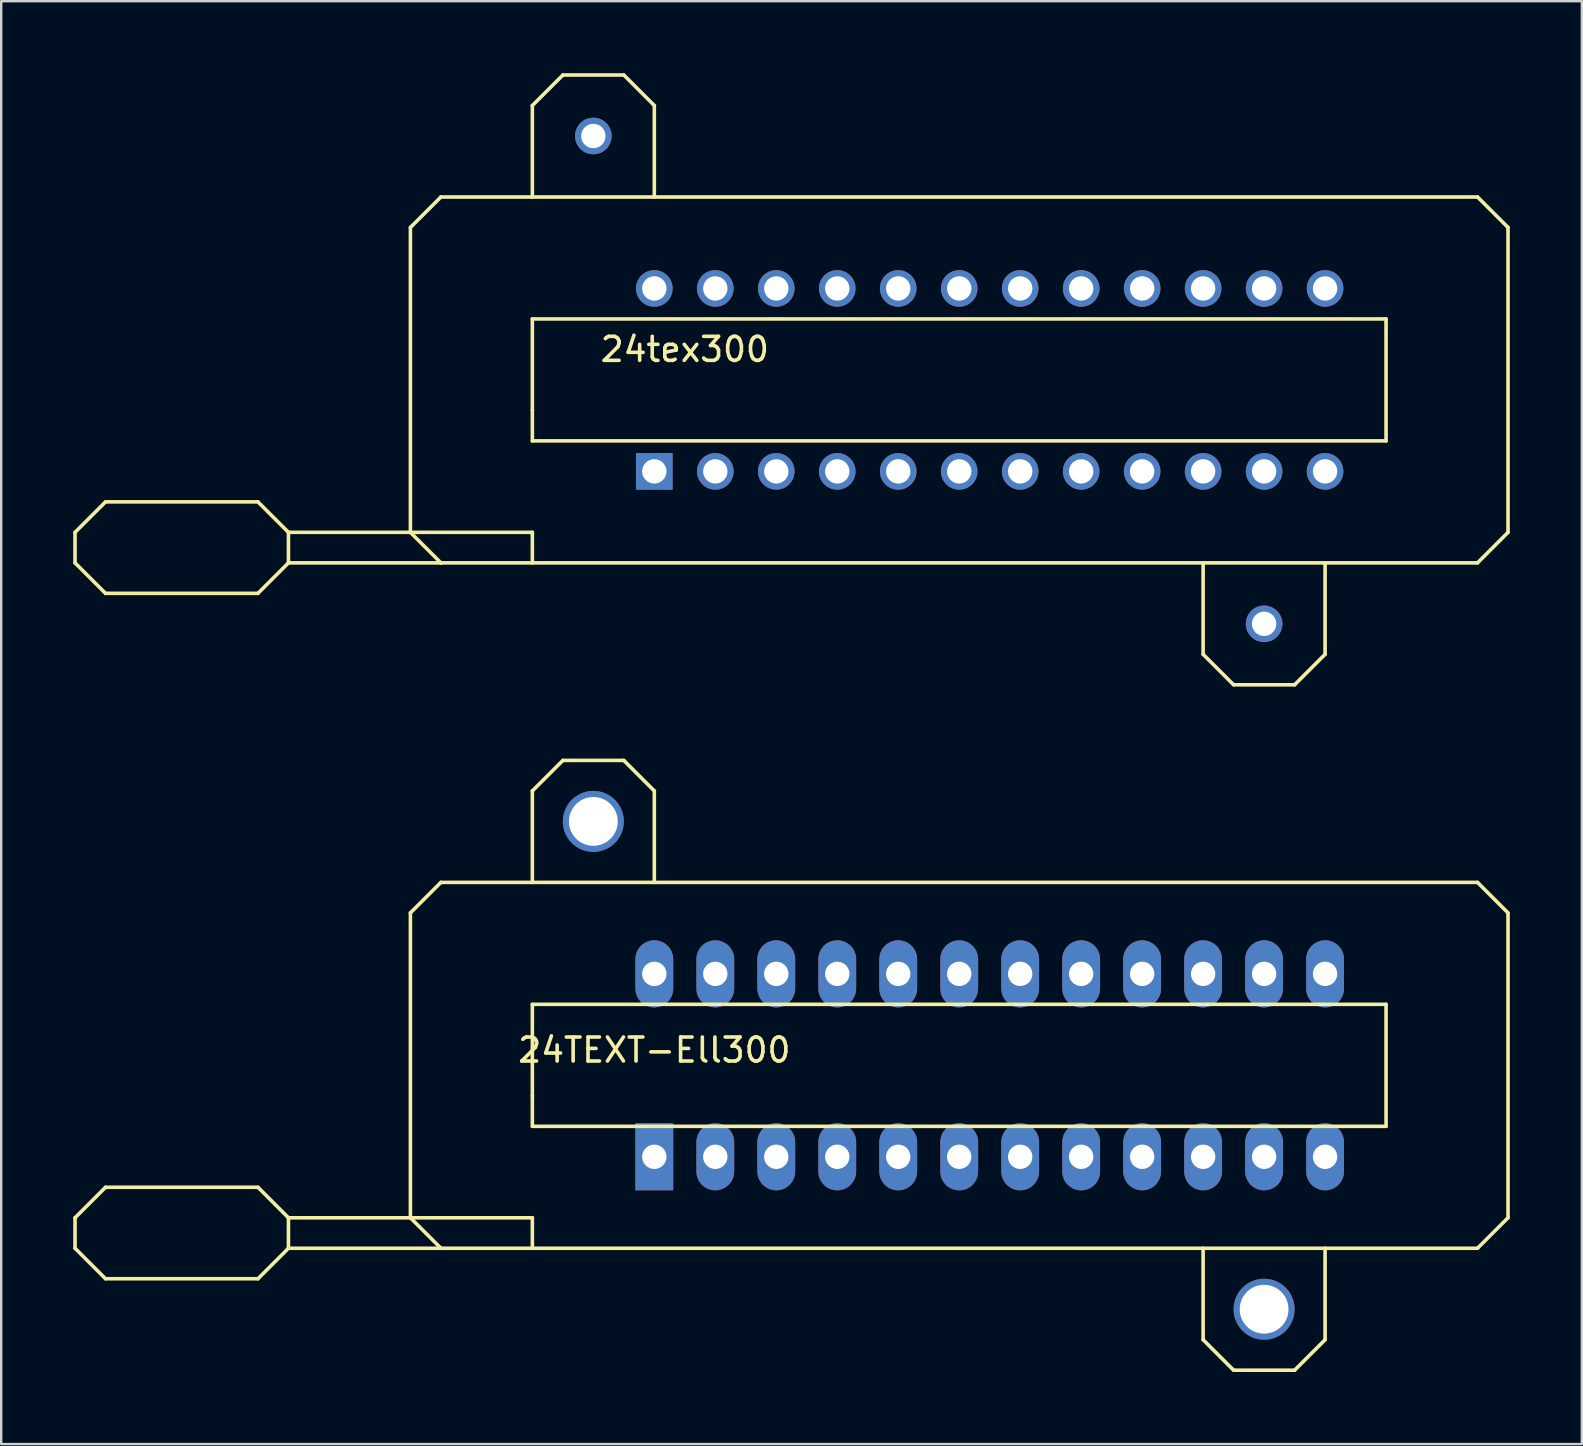
<source format=kicad_pcb>
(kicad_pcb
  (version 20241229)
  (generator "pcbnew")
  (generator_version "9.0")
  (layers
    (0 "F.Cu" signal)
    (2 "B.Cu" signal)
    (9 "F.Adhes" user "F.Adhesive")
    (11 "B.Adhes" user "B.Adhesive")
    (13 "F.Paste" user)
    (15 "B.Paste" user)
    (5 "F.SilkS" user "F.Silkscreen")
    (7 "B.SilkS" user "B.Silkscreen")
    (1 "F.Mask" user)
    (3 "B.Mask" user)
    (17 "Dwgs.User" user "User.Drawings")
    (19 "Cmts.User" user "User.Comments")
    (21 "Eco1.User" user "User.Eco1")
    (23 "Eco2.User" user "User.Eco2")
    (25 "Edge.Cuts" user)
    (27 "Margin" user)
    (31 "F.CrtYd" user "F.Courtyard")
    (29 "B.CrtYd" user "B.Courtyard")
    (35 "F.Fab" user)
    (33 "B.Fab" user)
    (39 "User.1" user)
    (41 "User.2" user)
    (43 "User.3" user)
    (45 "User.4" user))
  (footprint "24tex300"
    (layer "F.Cu")
    (at 38.175 12.775)
    (property "Reference" "24tex300" (at -12.7 -1.27 0) (layer "F.SilkS") (effects (font (size 1 1) (thickness 0.15))))
    (attr through_hole)
    (fp_line (start -38.1 6.35) (end -38.1 7.62) (stroke (width 0.15) (type solid)) (layer "F.SilkS"))
    (fp_line (start -38.1 7.62) (end -36.83 8.89) (stroke (width 0.15) (type solid)) (layer "F.SilkS"))
    (fp_line (start -36.83 5.08) (end -38.1 6.35) (stroke (width 0.15) (type solid)) (layer "F.SilkS"))
    (fp_line (start -36.83 8.89) (end -30.48 8.89) (stroke (width 0.15) (type solid)) (layer "F.SilkS"))
    (fp_line (start -30.48 5.08) (end -36.83 5.08) (stroke (width 0.15) (type solid)) (layer "F.SilkS"))
    (fp_line (start -30.48 5.08) (end -29.21 6.35) (stroke (width 0.15) (type solid)) (layer "F.SilkS"))
    (fp_line (start -30.48 8.89) (end -29.21 7.62) (stroke (width 0.15) (type solid)) (layer "F.SilkS"))
    (fp_line (start -29.21 6.35) (end -29.21 7.62) (stroke (width 0.15) (type solid)) (layer "F.SilkS"))
    (fp_line (start -29.21 6.35) (end -19.05 6.35) (stroke (width 0.15) (type solid)) (layer "F.SilkS"))
    (fp_line (start -29.21 7.62) (end -22.86 7.62) (stroke (width 0.15) (type solid)) (layer "F.SilkS"))
    (fp_line (start -24.13 -6.35) (end -24.13 6.35) (stroke (width 0.15) (type solid)) (layer "F.SilkS"))
    (fp_line (start -24.13 6.35) (end -22.86 7.62) (stroke (width 0.15) (type solid)) (layer "F.SilkS"))
    (fp_line (start -22.86 -7.62) (end -24.13 -6.35) (stroke (width 0.15) (type solid)) (layer "F.SilkS"))
    (fp_line (start -22.86 7.62) (end 20.32 7.62) (stroke (width 0.15) (type solid)) (layer "F.SilkS"))
    (fp_line (start -19.05 -11.43) (end -19.05 -7.62) (stroke (width 0.15) (type solid)) (layer "F.SilkS"))
    (fp_line (start -19.05 -2.54) (end 16.51 -2.54) (stroke (width 0.15) (type solid)) (layer "F.SilkS"))
    (fp_line (start -19.05 1.27) (end -19.05 -2.54) (stroke (width 0.15) (type solid)) (layer "F.SilkS"))
    (fp_line (start -19.05 2.54) (end -19.05 1.27) (stroke (width 0.15) (type solid)) (layer "F.SilkS"))
    (fp_line (start -19.05 6.35) (end -19.05 7.62) (stroke (width 0.15) (type solid)) (layer "F.SilkS"))
    (fp_line (start -17.78 -12.7) (end -19.05 -11.43) (stroke (width 0.15) (type solid)) (layer "F.SilkS"))
    (fp_line (start -15.24 -12.7) (end -17.78 -12.7) (stroke (width 0.15) (type solid)) (layer "F.SilkS"))
    (fp_line (start -13.97 -11.43) (end -15.24 -12.7) (stroke (width 0.15) (type solid)) (layer "F.SilkS"))
    (fp_line (start -13.97 -7.62) (end -13.97 -11.43) (stroke (width 0.15) (type solid)) (layer "F.SilkS"))
    (fp_line (start 8.89 11.43) (end 8.89 7.62) (stroke (width 0.15) (type solid)) (layer "F.SilkS"))
    (fp_line (start 10.16 12.7) (end 8.89 11.43) (stroke (width 0.15) (type solid)) (layer "F.SilkS"))
    (fp_line (start 12.7 12.7) (end 10.16 12.7) (stroke (width 0.15) (type solid)) (layer "F.SilkS"))
    (fp_line (start 13.97 7.62) (end 13.97 11.43) (stroke (width 0.15) (type solid)) (layer "F.SilkS"))
    (fp_line (start 13.97 11.43) (end 12.7 12.7) (stroke (width 0.15) (type solid)) (layer "F.SilkS"))
    (fp_line (start 16.51 -2.54) (end 16.51 2.54) (stroke (width 0.15) (type solid)) (layer "F.SilkS"))
    (fp_line (start 16.51 2.54) (end -19.05 2.54) (stroke (width 0.15) (type solid)) (layer "F.SilkS"))
    (fp_line (start 20.32 -7.62) (end -22.86 -7.62) (stroke (width 0.15) (type solid)) (layer "F.SilkS"))
    (fp_line (start 20.32 7.62) (end 21.59 6.35) (stroke (width 0.15) (type solid)) (layer "F.SilkS"))
    (fp_line (start 21.59 -6.35) (end 20.32 -7.62) (stroke (width 0.15) (type solid)) (layer "F.SilkS"))
    (fp_line (start 21.59 6.35) (end 21.59 -6.35) (stroke (width 0.15) (type solid)) (layer "F.SilkS"))
    (pad "1" thru_hole rect (at -13.97 3.81) (size 1.524 1.524) (drill 1.016) (layers "*.Cu" "*.Mask"))
    (pad "2" thru_hole circle (at -11.43 3.81) (size 1.524 1.524) (drill 1.016) (layers "*.Cu" "*.Mask"))
    (pad "3" thru_hole circle (at -8.89 3.81) (size 1.524 1.524) (drill 1.016) (layers "*.Cu" "*.Mask"))
    (pad "4" thru_hole circle (at -6.35 3.81) (size 1.524 1.524) (drill 1.016) (layers "*.Cu" "*.Mask"))
    (pad "5" thru_hole circle (at -3.81 3.81) (size 1.524 1.524) (drill 1.016) (layers "*.Cu" "*.Mask"))
    (pad "6" thru_hole circle (at -1.27 3.81) (size 1.524 1.524) (drill 1.016) (layers "*.Cu" "*.Mask"))
    (pad "7" thru_hole circle (at 1.27 3.81) (size 1.524 1.524) (drill 1.016) (layers "*.Cu" "*.Mask"))
    (pad "8" thru_hole circle (at 3.81 3.81) (size 1.524 1.524) (drill 1.016) (layers "*.Cu" "*.Mask"))
    (pad "9" thru_hole circle (at 6.35 3.81) (size 1.524 1.524) (drill 1.016) (layers "*.Cu" "*.Mask"))
    (pad "10" thru_hole circle (at 8.89 3.81) (size 1.524 1.524) (drill 1.016) (layers "*.Cu" "*.Mask"))
    (pad "11" thru_hole circle (at 11.43 3.81) (size 1.524 1.524) (drill 1.016) (layers "*.Cu" "*.Mask"))
    (pad "12" thru_hole circle (at 13.97 3.81) (size 1.524 1.524) (drill 1.016) (layers "*.Cu" "*.Mask"))
    (pad "13" thru_hole circle (at 13.97 -3.81) (size 1.524 1.524) (drill 1.016) (layers "*.Cu" "*.Mask"))
    (pad "14" thru_hole circle (at 11.43 -3.81) (size 1.524 1.524) (drill 1.016) (layers "*.Cu" "*.Mask"))
    (pad "15" thru_hole circle (at 8.89 -3.81) (size 1.524 1.524) (drill 1.016) (layers "*.Cu" "*.Mask"))
    (pad "16" thru_hole circle (at 6.35 -3.81) (size 1.524 1.524) (drill 1.016) (layers "*.Cu" "*.Mask"))
    (pad "17" thru_hole circle (at 3.81 -3.81) (size 1.524 1.524) (drill 1.016) (layers "*.Cu" "*.Mask"))
    (pad "18" thru_hole circle (at 1.27 -3.81) (size 1.524 1.524) (drill 1.016) (layers "*.Cu" "*.Mask"))
    (pad "19" thru_hole circle (at -1.27 -3.81) (size 1.524 1.524) (drill 1.016) (layers "*.Cu" "*.Mask"))
    (pad "20" thru_hole circle (at -3.81 -3.81) (size 1.524 1.524) (drill 1.016) (layers "*.Cu" "*.Mask"))
    (pad "21" thru_hole circle (at -6.35 -3.81) (size 1.524 1.524) (drill 1.016) (layers "*.Cu" "*.Mask"))
    (pad "22" thru_hole circle (at -8.89 -3.81) (size 1.524 1.524) (drill 1.016) (layers "*.Cu" "*.Mask"))
    (pad "23" thru_hole circle (at -11.43 -3.81) (size 1.524 1.524) (drill 1.016) (layers "*.Cu" "*.Mask"))
    (pad "24" thru_hole circle (at -13.97 -3.81) (size 1.524 1.524) (drill 1.016) (layers "*.Cu" "*.Mask"))
    (pad "HOLE" thru_hole circle (at -16.51 -10.16) (size 1.524 1.524) (drill 1.016) (layers "*.Cu" "*.Mask"))
    (pad "HOLE" thru_hole circle (at 11.43 10.16) (size 1.524 1.524) (drill 1.016) (layers "*.Cu" "*.Mask")))
  (footprint "24TEXT-Ell300"
    (layer "F.Cu")
    (at 38.175 41.325)
    (property "Reference" "24TEXT-Ell300" (at -13.97 -0.635 0) (layer "F.SilkS") (effects (font (size 1 1) (thickness 0.15))))
    (attr through_hole)
    (fp_line (start -38.1 6.35) (end -38.1 7.62) (stroke (width 0.15) (type solid)) (layer "F.SilkS"))
    (fp_line (start -38.1 7.62) (end -36.83 8.89) (stroke (width 0.15) (type solid)) (layer "F.SilkS"))
    (fp_line (start -36.83 5.08) (end -38.1 6.35) (stroke (width 0.15) (type solid)) (layer "F.SilkS"))
    (fp_line (start -36.83 8.89) (end -30.48 8.89) (stroke (width 0.15) (type solid)) (layer "F.SilkS"))
    (fp_line (start -30.48 5.08) (end -36.83 5.08) (stroke (width 0.15) (type solid)) (layer "F.SilkS"))
    (fp_line (start -30.48 5.08) (end -29.21 6.35) (stroke (width 0.15) (type solid)) (layer "F.SilkS"))
    (fp_line (start -30.48 8.89) (end -29.21 7.62) (stroke (width 0.15) (type solid)) (layer "F.SilkS"))
    (fp_line (start -29.21 6.35) (end -29.21 7.62) (stroke (width 0.15) (type solid)) (layer "F.SilkS"))
    (fp_line (start -29.21 6.35) (end -19.05 6.35) (stroke (width 0.15) (type solid)) (layer "F.SilkS"))
    (fp_line (start -29.21 7.62) (end -22.86 7.62) (stroke (width 0.15) (type solid)) (layer "F.SilkS"))
    (fp_line (start -24.13 -6.35) (end -24.13 6.35) (stroke (width 0.15) (type solid)) (layer "F.SilkS"))
    (fp_line (start -24.13 6.35) (end -22.86 7.62) (stroke (width 0.15) (type solid)) (layer "F.SilkS"))
    (fp_line (start -22.86 -7.62) (end -24.13 -6.35) (stroke (width 0.15) (type solid)) (layer "F.SilkS"))
    (fp_line (start -22.86 7.62) (end 20.32 7.62) (stroke (width 0.15) (type solid)) (layer "F.SilkS"))
    (fp_line (start -19.05 -11.43) (end -19.05 -7.62) (stroke (width 0.15) (type solid)) (layer "F.SilkS"))
    (fp_line (start -19.05 -2.54) (end 16.51 -2.54) (stroke (width 0.15) (type solid)) (layer "F.SilkS"))
    (fp_line (start -19.05 1.27) (end -19.05 -2.54) (stroke (width 0.15) (type solid)) (layer "F.SilkS"))
    (fp_line (start -19.05 2.54) (end -19.05 1.27) (stroke (width 0.15) (type solid)) (layer "F.SilkS"))
    (fp_line (start -19.05 6.35) (end -19.05 7.62) (stroke (width 0.15) (type solid)) (layer "F.SilkS"))
    (fp_line (start -17.78 -12.7) (end -19.05 -11.43) (stroke (width 0.15) (type solid)) (layer "F.SilkS"))
    (fp_line (start -15.24 -12.7) (end -17.78 -12.7) (stroke (width 0.15) (type solid)) (layer "F.SilkS"))
    (fp_line (start -13.97 -11.43) (end -15.24 -12.7) (stroke (width 0.15) (type solid)) (layer "F.SilkS"))
    (fp_line (start -13.97 -7.62) (end -13.97 -11.43) (stroke (width 0.15) (type solid)) (layer "F.SilkS"))
    (fp_line (start 8.89 11.43) (end 8.89 7.62) (stroke (width 0.15) (type solid)) (layer "F.SilkS"))
    (fp_line (start 10.16 12.7) (end 8.89 11.43) (stroke (width 0.15) (type solid)) (layer "F.SilkS"))
    (fp_line (start 12.7 12.7) (end 10.16 12.7) (stroke (width 0.15) (type solid)) (layer "F.SilkS"))
    (fp_line (start 13.97 7.62) (end 13.97 11.43) (stroke (width 0.15) (type solid)) (layer "F.SilkS"))
    (fp_line (start 13.97 11.43) (end 12.7 12.7) (stroke (width 0.15) (type solid)) (layer "F.SilkS"))
    (fp_line (start 16.51 -2.54) (end 16.51 2.54) (stroke (width 0.15) (type solid)) (layer "F.SilkS"))
    (fp_line (start 16.51 2.54) (end -19.05 2.54) (stroke (width 0.15) (type solid)) (layer "F.SilkS"))
    (fp_line (start 20.32 -7.62) (end -22.86 -7.62) (stroke (width 0.15) (type solid)) (layer "F.SilkS"))
    (fp_line (start 20.32 7.62) (end 21.59 6.35) (stroke (width 0.15) (type solid)) (layer "F.SilkS"))
    (fp_line (start 21.59 -6.35) (end 20.32 -7.62) (stroke (width 0.15) (type solid)) (layer "F.SilkS"))
    (fp_line (start 21.59 6.35) (end 21.59 -6.35) (stroke (width 0.15) (type solid)) (layer "F.SilkS"))
    (pad "1" thru_hole rect (at -13.97 3.81) (size 1.575 2.794) (drill 1.016) (layers "*.Cu" "*.Mask"))
    (pad "2" thru_hole oval (at -11.43 3.81) (size 1.575 2.794) (drill 1.016) (layers "*.Cu" "*.Mask"))
    (pad "3" thru_hole oval (at -8.89 3.81) (size 1.575 2.794) (drill 1.016) (layers "*.Cu" "*.Mask"))
    (pad "4" thru_hole oval (at -6.35 3.81) (size 1.575 2.794) (drill 1.016) (layers "*.Cu" "*.Mask"))
    (pad "5" thru_hole oval (at -3.81 3.81) (size 1.575 2.794) (drill 1.016) (layers "*.Cu" "*.Mask"))
    (pad "6" thru_hole oval (at -1.27 3.81) (size 1.575 2.794) (drill 1.016) (layers "*.Cu" "*.Mask"))
    (pad "7" thru_hole oval (at 1.27 3.81) (size 1.575 2.794) (drill 1.016) (layers "*.Cu" "*.Mask"))
    (pad "8" thru_hole oval (at 3.81 3.81) (size 1.575 2.794) (drill 1.016) (layers "*.Cu" "*.Mask"))
    (pad "9" thru_hole oval (at 6.35 3.81) (size 1.575 2.794) (drill 1.016) (layers "*.Cu" "*.Mask"))
    (pad "10" thru_hole oval (at 8.89 3.81) (size 1.575 2.794) (drill 1.016) (layers "*.Cu" "*.Mask"))
    (pad "11" thru_hole oval (at 11.43 3.81) (size 1.575 2.794) (drill 1.016) (layers "*.Cu" "*.Mask"))
    (pad "12" thru_hole oval (at 13.97 3.81) (size 1.575 2.794) (drill 1.016) (layers "*.Cu" "*.Mask"))
    (pad "13" thru_hole oval (at 13.97 -3.81) (size 1.575 2.794) (drill 1.016) (layers "*.Cu" "*.Mask"))
    (pad "14" thru_hole oval (at 11.43 -3.81) (size 1.575 2.794) (drill 1.016) (layers "*.Cu" "*.Mask"))
    (pad "15" thru_hole oval (at 8.89 -3.81) (size 1.575 2.794) (drill 1.016) (layers "*.Cu" "*.Mask"))
    (pad "16" thru_hole oval (at 6.35 -3.81) (size 1.575 2.794) (drill 1.016) (layers "*.Cu" "*.Mask"))
    (pad "17" thru_hole oval (at 3.81 -3.81) (size 1.575 2.794) (drill 1.016) (layers "*.Cu" "*.Mask"))
    (pad "18" thru_hole oval (at 1.27 -3.81) (size 1.575 2.794) (drill 1.016) (layers "*.Cu" "*.Mask"))
    (pad "19" thru_hole oval (at -1.27 -3.81) (size 1.575 2.794) (drill 1.016) (layers "*.Cu" "*.Mask"))
    (pad "20" thru_hole oval (at -3.81 -3.81) (size 1.575 2.794) (drill 1.016) (layers "*.Cu" "*.Mask"))
    (pad "21" thru_hole oval (at -6.35 -3.81) (size 1.575 2.794) (drill 1.016) (layers "*.Cu" "*.Mask"))
    (pad "22" thru_hole oval (at -8.89 -3.81) (size 1.575 2.794) (drill 1.016) (layers "*.Cu" "*.Mask"))
    (pad "23" thru_hole oval (at -11.43 -3.81) (size 1.575 2.794) (drill 1.016) (layers "*.Cu" "*.Mask"))
    (pad "24" thru_hole oval (at -13.97 -3.81) (size 1.575 2.794) (drill 1.016) (layers "*.Cu" "*.Mask"))
    (pad "HOLE" thru_hole circle (at -16.51 -10.16) (size 2.54 2.54) (drill 2.032) (layers "*.Cu" "*.Mask"))
    (pad "HOLE" thru_hole circle (at 11.43 10.16) (size 2.54 2.54) (drill 2.032) (layers "*.Cu" "*.Mask")))
  (gr_rect
    (start -3 -3)
    (end 62.84 57.1)
    (stroke (width 0.1) (type default))
    (fill no)
    (layer "Edge.Cuts")))
</source>
